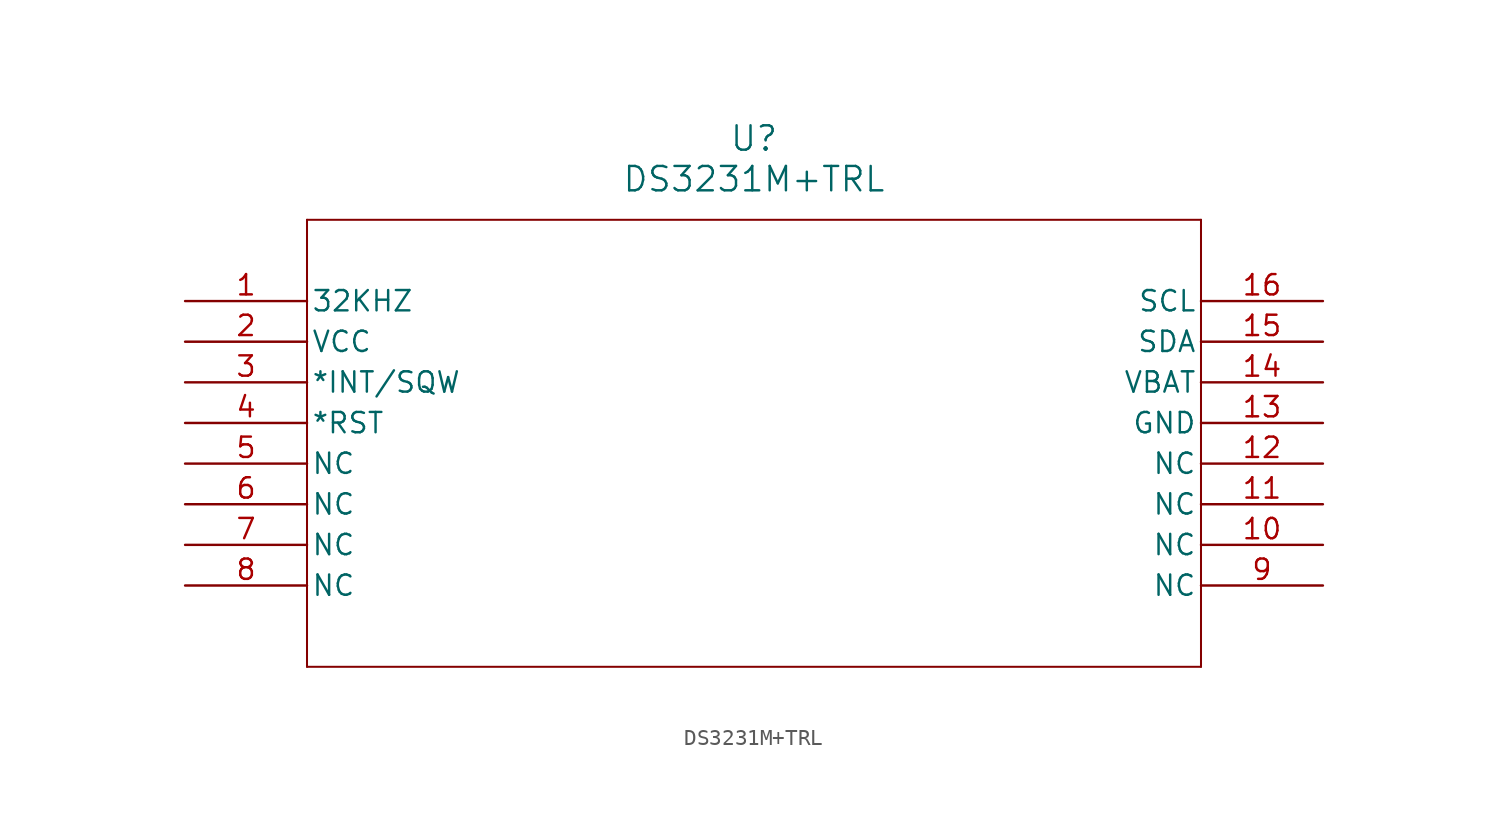
<source format=kicad_sym>
(kicad_symbol_lib
  (version 20211014)
  (generator kicad_symbol_editor)
  (symbol "DS3231M+TRL"
    (pin_names
      (offset 0.254))
    (property "Reference" "U"
      (at 35.56 10.16 0)
      (effects (font (size 1.524 1.524))))
    (property "Value" "DS3231M+TRL"
      (at 35.56 7.62 0)
      (effects (font (size 1.524 1.524))))
    (symbol "DS3231M+TRL_0_1"
      (polyline (pts (xy 7.62 5.08) (xy 7.62 -22.86)) (stroke (width 0.127) (type default) (color 0 0 0 0)) (fill (type none)))
      (polyline (pts (xy 7.62 -22.86) (xy 63.5 -22.86)) (stroke (width 0.127) (type default) (color 0 0 0 0)) (fill (type none)))
      (polyline (pts (xy 63.5 -22.86) (xy 63.5 5.08)) (stroke (width 0.127) (type default) (color 0 0 0 0)) (fill (type none)))
      (polyline (pts (xy 63.5 5.08) (xy 7.62 5.08)) (stroke (width 0.127) (type default) (color 0 0 0 0)) (fill (type none)))
      (pin unspecified line (at 0 0 0) (length 7.62) (name "32KHZ" (effects (font (size 1.27 1.27)))) (number "1" (effects (font (size 1.27 1.27)))))
      (pin power_in line (at 0 -2.54 0) (length 7.62) (name "VCC" (effects (font (size 1.27 1.27)))) (number "2" (effects (font (size 1.27 1.27)))))
      (pin unspecified line (at 0 -5.08 0) (length 7.62) (name "*INT/SQW" (effects (font (size 1.27 1.27)))) (number "3" (effects (font (size 1.27 1.27)))))
      (pin unspecified line (at 0 -7.62 0) (length 7.62) (name "*RST" (effects (font (size 1.27 1.27)))) (number "4" (effects (font (size 1.27 1.27)))))
      (pin unspecified line (at 0 -10.16 0) (length 7.62) (name "NC" (effects (font (size 1.27 1.27)))) (number "5" (effects (font (size 1.27 1.27)))))
      (pin unspecified line (at 0 -12.7 0) (length 7.62) (name "NC" (effects (font (size 1.27 1.27)))) (number "6" (effects (font (size 1.27 1.27)))))
      (pin unspecified line (at 0 -15.24 0) (length 7.62) (name "NC" (effects (font (size 1.27 1.27)))) (number "7" (effects (font (size 1.27 1.27)))))
      (pin unspecified line (at 0 -17.78 0) (length 7.62) (name "NC" (effects (font (size 1.27 1.27)))) (number "8" (effects (font (size 1.27 1.27)))))
      (pin unspecified line (at 71.12 -17.78 180) (length 7.62) (name "NC" (effects (font (size 1.27 1.27)))) (number "9" (effects (font (size 1.27 1.27)))))
      (pin unspecified line (at 71.12 -15.24 180) (length 7.62) (name "NC" (effects (font (size 1.27 1.27)))) (number "10" (effects (font (size 1.27 1.27)))))
      (pin unspecified line (at 71.12 -12.7 180) (length 7.62) (name "NC" (effects (font (size 1.27 1.27)))) (number "11" (effects (font (size 1.27 1.27)))))
      (pin unspecified line (at 71.12 -10.16 180) (length 7.62) (name "NC" (effects (font (size 1.27 1.27)))) (number "12" (effects (font (size 1.27 1.27)))))
      (pin power_in line (at 71.12 -7.62 180) (length 7.62) (name "GND" (effects (font (size 1.27 1.27)))) (number "13" (effects (font (size 1.27 1.27)))))
      (pin power_in line (at 71.12 -5.08 180) (length 7.62) (name "VBAT" (effects (font (size 1.27 1.27)))) (number "14" (effects (font (size 1.27 1.27)))))
      (pin unspecified line (at 71.12 -2.54 180) (length 7.62) (name "SDA" (effects (font (size 1.27 1.27)))) (number "15" (effects (font (size 1.27 1.27)))))
      (pin unspecified line (at 71.12 0 180) (length 7.62) (name "SCL" (effects (font (size 1.27 1.27)))) (number "16" (effects (font (size 1.27 1.27))))))))
</source>
